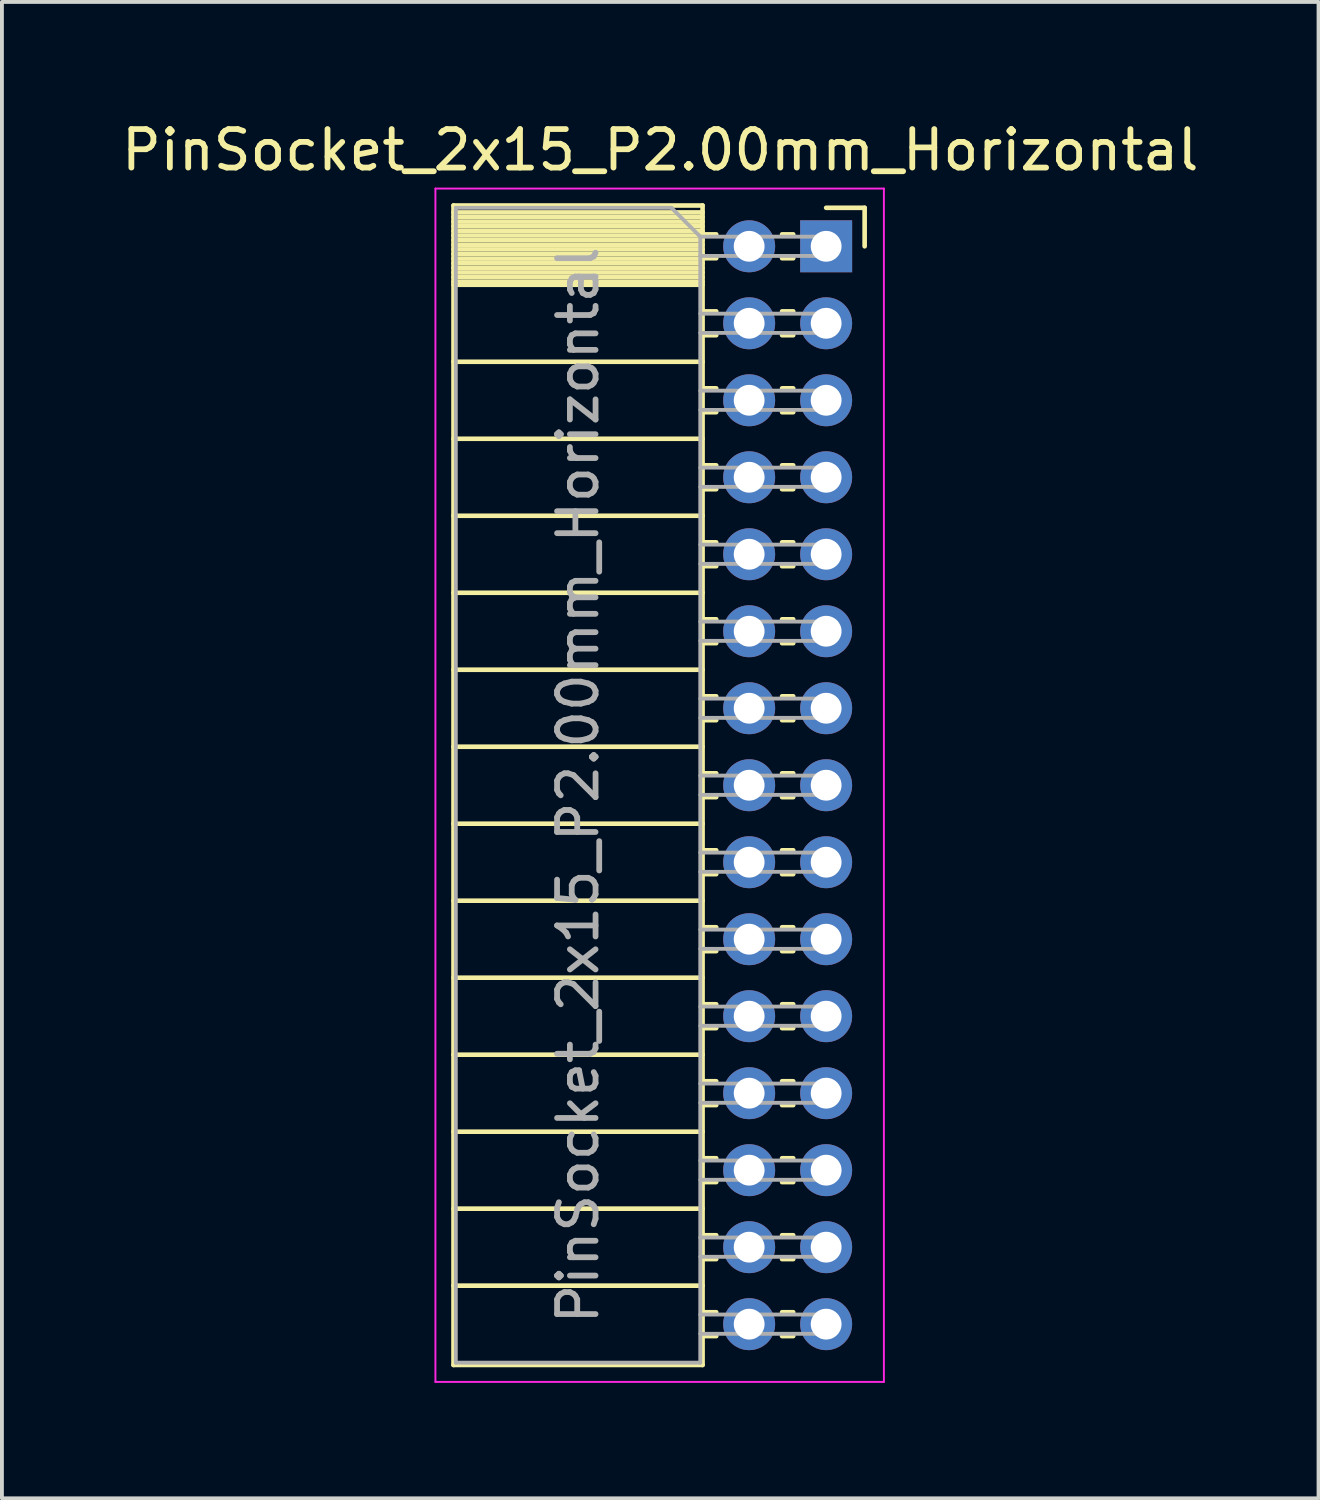
<source format=kicad_pcb>
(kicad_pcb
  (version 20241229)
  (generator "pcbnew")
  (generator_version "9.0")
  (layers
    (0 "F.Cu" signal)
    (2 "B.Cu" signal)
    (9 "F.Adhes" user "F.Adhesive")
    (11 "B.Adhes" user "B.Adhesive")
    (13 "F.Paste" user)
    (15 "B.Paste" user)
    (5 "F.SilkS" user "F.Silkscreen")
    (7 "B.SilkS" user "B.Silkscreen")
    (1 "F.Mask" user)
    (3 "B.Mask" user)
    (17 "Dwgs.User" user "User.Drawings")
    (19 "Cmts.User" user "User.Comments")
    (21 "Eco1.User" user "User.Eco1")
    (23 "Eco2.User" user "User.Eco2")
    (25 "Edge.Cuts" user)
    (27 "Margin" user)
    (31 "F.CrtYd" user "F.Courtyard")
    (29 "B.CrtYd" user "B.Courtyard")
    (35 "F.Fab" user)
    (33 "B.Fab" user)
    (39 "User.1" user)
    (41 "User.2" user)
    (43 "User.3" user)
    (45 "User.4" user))
  (footprint "PinSocket_2x15_P2.00mm_Horizontal"
    (layer "F.Cu")
    (at 18.411 3.348)
    (property "Reference" "PinSocket_2x15_P2.00mm_Horizontal" (at -4.31 -2.5 0) (layer "F.SilkS") (effects (font (size 1 1) (thickness 0.15))))
    (attr through_hole)
    (fp_line (start -9.68 -1.06) (end -3.21 -1.06) (stroke (width 0.12) (type solid)) (layer "F.SilkS"))
    (fp_line (start -9.68 -0.88) (end -3.21 -0.88) (stroke (width 0.12) (type solid)) (layer "F.SilkS"))
    (fp_line (start -9.68 -0.76) (end -3.21 -0.76) (stroke (width 0.12) (type solid)) (layer "F.SilkS"))
    (fp_line (start -9.68 -0.64) (end -3.21 -0.64) (stroke (width 0.12) (type solid)) (layer "F.SilkS"))
    (fp_line (start -9.68 -0.52) (end -3.21 -0.52) (stroke (width 0.12) (type solid)) (layer "F.SilkS"))
    (fp_line (start -9.68 -0.4) (end -3.21 -0.4) (stroke (width 0.12) (type solid)) (layer "F.SilkS"))
    (fp_line (start -9.68 -0.28) (end -3.21 -0.28) (stroke (width 0.12) (type solid)) (layer "F.SilkS"))
    (fp_line (start -9.68 -0.16) (end -3.21 -0.16) (stroke (width 0.12) (type solid)) (layer "F.SilkS"))
    (fp_line (start -9.68 -0.04) (end -3.21 -0.04) (stroke (width 0.12) (type solid)) (layer "F.SilkS"))
    (fp_line (start -9.68 0.08) (end -3.21 0.08) (stroke (width 0.12) (type solid)) (layer "F.SilkS"))
    (fp_line (start -9.68 0.2) (end -3.21 0.2) (stroke (width 0.12) (type solid)) (layer "F.SilkS"))
    (fp_line (start -9.68 0.32) (end -3.21 0.32) (stroke (width 0.12) (type solid)) (layer "F.SilkS"))
    (fp_line (start -9.68 0.44) (end -3.21 0.44) (stroke (width 0.12) (type solid)) (layer "F.SilkS"))
    (fp_line (start -9.68 0.56) (end -3.21 0.56) (stroke (width 0.12) (type solid)) (layer "F.SilkS"))
    (fp_line (start -9.68 0.68) (end -3.21 0.68) (stroke (width 0.12) (type solid)) (layer "F.SilkS"))
    (fp_line (start -9.68 0.8) (end -3.21 0.8) (stroke (width 0.12) (type solid)) (layer "F.SilkS"))
    (fp_line (start -9.68 0.92) (end -3.21 0.92) (stroke (width 0.12) (type solid)) (layer "F.SilkS"))
    (fp_line (start -9.68 1) (end -3.21 1) (stroke (width 0.12) (type solid)) (layer "F.SilkS"))
    (fp_line (start -9.68 3) (end -3.21 3) (stroke (width 0.12) (type solid)) (layer "F.SilkS"))
    (fp_line (start -9.68 5) (end -3.21 5) (stroke (width 0.12) (type solid)) (layer "F.SilkS"))
    (fp_line (start -9.68 7) (end -3.21 7) (stroke (width 0.12) (type solid)) (layer "F.SilkS"))
    (fp_line (start -9.68 9) (end -3.21 9) (stroke (width 0.12) (type solid)) (layer "F.SilkS"))
    (fp_line (start -9.68 11) (end -3.21 11) (stroke (width 0.12) (type solid)) (layer "F.SilkS"))
    (fp_line (start -9.68 13) (end -3.21 13) (stroke (width 0.12) (type solid)) (layer "F.SilkS"))
    (fp_line (start -9.68 15) (end -3.21 15) (stroke (width 0.12) (type solid)) (layer "F.SilkS"))
    (fp_line (start -9.68 17) (end -3.21 17) (stroke (width 0.12) (type solid)) (layer "F.SilkS"))
    (fp_line (start -9.68 19) (end -3.21 19) (stroke (width 0.12) (type solid)) (layer "F.SilkS"))
    (fp_line (start -9.68 21) (end -3.21 21) (stroke (width 0.12) (type solid)) (layer "F.SilkS"))
    (fp_line (start -9.68 23) (end -3.21 23) (stroke (width 0.12) (type solid)) (layer "F.SilkS"))
    (fp_line (start -9.68 25) (end -3.21 25) (stroke (width 0.12) (type solid)) (layer "F.SilkS"))
    (fp_line (start -9.68 27) (end -3.21 27) (stroke (width 0.12) (type solid)) (layer "F.SilkS"))
    (fp_line (start -9.68 29.06) (end -9.68 -1.06) (stroke (width 0.12) (type solid)) (layer "F.SilkS"))
    (fp_line (start -3.21 -1.06) (end -3.21 29.06) (stroke (width 0.12) (type solid)) (layer "F.SilkS"))
    (fp_line (start -3.21 -0.31) (end -2.855 -0.31) (stroke (width 0.12) (type solid)) (layer "F.SilkS"))
    (fp_line (start -3.21 1.69) (end -2.855 1.69) (stroke (width 0.12) (type solid)) (layer "F.SilkS"))
    (fp_line (start -3.21 3.69) (end -2.855 3.69) (stroke (width 0.12) (type solid)) (layer "F.SilkS"))
    (fp_line (start -3.21 5.69) (end -2.855 5.69) (stroke (width 0.12) (type solid)) (layer "F.SilkS"))
    (fp_line (start -3.21 7.69) (end -2.855 7.69) (stroke (width 0.12) (type solid)) (layer "F.SilkS"))
    (fp_line (start -3.21 9.69) (end -2.855 9.69) (stroke (width 0.12) (type solid)) (layer "F.SilkS"))
    (fp_line (start -3.21 11.69) (end -2.855 11.69) (stroke (width 0.12) (type solid)) (layer "F.SilkS"))
    (fp_line (start -3.21 13.69) (end -2.855 13.69) (stroke (width 0.12) (type solid)) (layer "F.SilkS"))
    (fp_line (start -3.21 15.69) (end -2.855 15.69) (stroke (width 0.12) (type solid)) (layer "F.SilkS"))
    (fp_line (start -3.21 17.69) (end -2.855 17.69) (stroke (width 0.12) (type solid)) (layer "F.SilkS"))
    (fp_line (start -3.21 19.69) (end -2.855 19.69) (stroke (width 0.12) (type solid)) (layer "F.SilkS"))
    (fp_line (start -3.21 21.69) (end -2.855 21.69) (stroke (width 0.12) (type solid)) (layer "F.SilkS"))
    (fp_line (start -3.21 23.69) (end -2.855 23.69) (stroke (width 0.12) (type solid)) (layer "F.SilkS"))
    (fp_line (start -3.21 25.69) (end -2.855 25.69) (stroke (width 0.12) (type solid)) (layer "F.SilkS"))
    (fp_line (start -3.21 27.69) (end -2.855 27.69) (stroke (width 0.12) (type solid)) (layer "F.SilkS"))
    (fp_line (start -3.21 29.06) (end -9.68 29.06) (stroke (width 0.12) (type solid)) (layer "F.SilkS"))
    (fp_line (start -2.855 0.31) (end -3.21 0.31) (stroke (width 0.12) (type solid)) (layer "F.SilkS"))
    (fp_line (start -2.855 2.31) (end -3.21 2.31) (stroke (width 0.12) (type solid)) (layer "F.SilkS"))
    (fp_line (start -2.855 4.31) (end -3.21 4.31) (stroke (width 0.12) (type solid)) (layer "F.SilkS"))
    (fp_line (start -2.855 6.31) (end -3.21 6.31) (stroke (width 0.12) (type solid)) (layer "F.SilkS"))
    (fp_line (start -2.855 8.31) (end -3.21 8.31) (stroke (width 0.12) (type solid)) (layer "F.SilkS"))
    (fp_line (start -2.855 10.31) (end -3.21 10.31) (stroke (width 0.12) (type solid)) (layer "F.SilkS"))
    (fp_line (start -2.855 12.31) (end -3.21 12.31) (stroke (width 0.12) (type solid)) (layer "F.SilkS"))
    (fp_line (start -2.855 14.31) (end -3.21 14.31) (stroke (width 0.12) (type solid)) (layer "F.SilkS"))
    (fp_line (start -2.855 16.31) (end -3.21 16.31) (stroke (width 0.12) (type solid)) (layer "F.SilkS"))
    (fp_line (start -2.855 18.31) (end -3.21 18.31) (stroke (width 0.12) (type solid)) (layer "F.SilkS"))
    (fp_line (start -2.855 20.31) (end -3.21 20.31) (stroke (width 0.12) (type solid)) (layer "F.SilkS"))
    (fp_line (start -2.855 22.31) (end -3.21 22.31) (stroke (width 0.12) (type solid)) (layer "F.SilkS"))
    (fp_line (start -2.855 24.31) (end -3.21 24.31) (stroke (width 0.12) (type solid)) (layer "F.SilkS"))
    (fp_line (start -2.855 26.31) (end -3.21 26.31) (stroke (width 0.12) (type solid)) (layer "F.SilkS"))
    (fp_line (start -2.855 28.31) (end -3.21 28.31) (stroke (width 0.12) (type solid)) (layer "F.SilkS"))
    (fp_line (start -1.145 0.31) (end -0.855 0.31) (stroke (width 0.12) (type solid)) (layer "F.SilkS"))
    (fp_line (start -1.145 2.31) (end -0.855 2.31) (stroke (width 0.12) (type solid)) (layer "F.SilkS"))
    (fp_line (start -1.145 4.31) (end -0.855 4.31) (stroke (width 0.12) (type solid)) (layer "F.SilkS"))
    (fp_line (start -1.145 6.31) (end -0.855 6.31) (stroke (width 0.12) (type solid)) (layer "F.SilkS"))
    (fp_line (start -1.145 8.31) (end -0.855 8.31) (stroke (width 0.12) (type solid)) (layer "F.SilkS"))
    (fp_line (start -1.145 10.31) (end -0.855 10.31) (stroke (width 0.12) (type solid)) (layer "F.SilkS"))
    (fp_line (start -1.145 12.31) (end -0.855 12.31) (stroke (width 0.12) (type solid)) (layer "F.SilkS"))
    (fp_line (start -1.145 14.31) (end -0.855 14.31) (stroke (width 0.12) (type solid)) (layer "F.SilkS"))
    (fp_line (start -1.145 16.31) (end -0.855 16.31) (stroke (width 0.12) (type solid)) (layer "F.SilkS"))
    (fp_line (start -1.145 18.31) (end -0.855 18.31) (stroke (width 0.12) (type solid)) (layer "F.SilkS"))
    (fp_line (start -1.145 20.31) (end -0.855 20.31) (stroke (width 0.12) (type solid)) (layer "F.SilkS"))
    (fp_line (start -1.145 22.31) (end -0.855 22.31) (stroke (width 0.12) (type solid)) (layer "F.SilkS"))
    (fp_line (start -1.145 24.31) (end -0.855 24.31) (stroke (width 0.12) (type solid)) (layer "F.SilkS"))
    (fp_line (start -1.145 26.31) (end -0.855 26.31) (stroke (width 0.12) (type solid)) (layer "F.SilkS"))
    (fp_line (start -1.145 28.31) (end -0.855 28.31) (stroke (width 0.12) (type solid)) (layer "F.SilkS"))
    (fp_line (start -0.855 -0.31) (end -1.145 -0.31) (stroke (width 0.12) (type solid)) (layer "F.SilkS"))
    (fp_line (start -0.855 1.69) (end -1.145 1.69) (stroke (width 0.12) (type solid)) (layer "F.SilkS"))
    (fp_line (start -0.855 3.69) (end -1.145 3.69) (stroke (width 0.12) (type solid)) (layer "F.SilkS"))
    (fp_line (start -0.855 5.69) (end -1.145 5.69) (stroke (width 0.12) (type solid)) (layer "F.SilkS"))
    (fp_line (start -0.855 7.69) (end -1.145 7.69) (stroke (width 0.12) (type solid)) (layer "F.SilkS"))
    (fp_line (start -0.855 9.69) (end -1.145 9.69) (stroke (width 0.12) (type solid)) (layer "F.SilkS"))
    (fp_line (start -0.855 11.69) (end -1.145 11.69) (stroke (width 0.12) (type solid)) (layer "F.SilkS"))
    (fp_line (start -0.855 13.69) (end -1.145 13.69) (stroke (width 0.12) (type solid)) (layer "F.SilkS"))
    (fp_line (start -0.855 15.69) (end -1.145 15.69) (stroke (width 0.12) (type solid)) (layer "F.SilkS"))
    (fp_line (start -0.855 17.69) (end -1.145 17.69) (stroke (width 0.12) (type solid)) (layer "F.SilkS"))
    (fp_line (start -0.855 19.69) (end -1.145 19.69) (stroke (width 0.12) (type solid)) (layer "F.SilkS"))
    (fp_line (start -0.855 21.69) (end -1.145 21.69) (stroke (width 0.12) (type solid)) (layer "F.SilkS"))
    (fp_line (start -0.855 23.69) (end -1.145 23.69) (stroke (width 0.12) (type solid)) (layer "F.SilkS"))
    (fp_line (start -0.855 25.69) (end -1.145 25.69) (stroke (width 0.12) (type solid)) (layer "F.SilkS"))
    (fp_line (start -0.855 27.69) (end -1.145 27.69) (stroke (width 0.12) (type solid)) (layer "F.SilkS"))
    (fp_line (start 0 -1) (end 1 -1) (stroke (width 0.12) (type solid)) (layer "F.SilkS"))
    (fp_line (start 1 -1) (end 1 0) (stroke (width 0.12) (type solid)) (layer "F.SilkS"))
    (fp_line (start -10.15 -1.5) (end -10.15 29.5) (stroke (width 0.05) (type solid)) (layer "F.CrtYd"))
    (fp_line (start -10.15 29.5) (end 1.5 29.5) (stroke (width 0.05) (type solid)) (layer "F.CrtYd"))
    (fp_line (start 1.5 -1.5) (end -10.15 -1.5) (stroke (width 0.05) (type solid)) (layer "F.CrtYd"))
    (fp_line (start 1.5 29.5) (end 1.5 -1.5) (stroke (width 0.05) (type solid)) (layer "F.CrtYd"))
    (fp_line (start -9.62 -1) (end -4.02 -1) (stroke (width 0.1) (type solid)) (layer "F.Fab"))
    (fp_line (start -9.62 29) (end -9.62 -1) (stroke (width 0.1) (type solid)) (layer "F.Fab"))
    (fp_line (start -4.02 -1) (end -3.27 -0.25) (stroke (width 0.1) (type solid)) (layer "F.Fab"))
    (fp_line (start -3.27 -0.25) (end -3.27 29) (stroke (width 0.1) (type solid)) (layer "F.Fab"))
    (fp_line (start -3.27 0.25) (end 0 0.25) (stroke (width 0.1) (type solid)) (layer "F.Fab"))
    (fp_line (start -3.27 2.25) (end 0 2.25) (stroke (width 0.1) (type solid)) (layer "F.Fab"))
    (fp_line (start -3.27 4.25) (end 0 4.25) (stroke (width 0.1) (type solid)) (layer "F.Fab"))
    (fp_line (start -3.27 6.25) (end 0 6.25) (stroke (width 0.1) (type solid)) (layer "F.Fab"))
    (fp_line (start -3.27 8.25) (end 0 8.25) (stroke (width 0.1) (type solid)) (layer "F.Fab"))
    (fp_line (start -3.27 10.25) (end 0 10.25) (stroke (width 0.1) (type solid)) (layer "F.Fab"))
    (fp_line (start -3.27 12.25) (end 0 12.25) (stroke (width 0.1) (type solid)) (layer "F.Fab"))
    (fp_line (start -3.27 14.25) (end 0 14.25) (stroke (width 0.1) (type solid)) (layer "F.Fab"))
    (fp_line (start -3.27 16.25) (end 0 16.25) (stroke (width 0.1) (type solid)) (layer "F.Fab"))
    (fp_line (start -3.27 18.25) (end 0 18.25) (stroke (width 0.1) (type solid)) (layer "F.Fab"))
    (fp_line (start -3.27 20.25) (end 0 20.25) (stroke (width 0.1) (type solid)) (layer "F.Fab"))
    (fp_line (start -3.27 22.25) (end 0 22.25) (stroke (width 0.1) (type solid)) (layer "F.Fab"))
    (fp_line (start -3.27 24.25) (end 0 24.25) (stroke (width 0.1) (type solid)) (layer "F.Fab"))
    (fp_line (start -3.27 26.25) (end 0 26.25) (stroke (width 0.1) (type solid)) (layer "F.Fab"))
    (fp_line (start -3.27 28.25) (end 0 28.25) (stroke (width 0.1) (type solid)) (layer "F.Fab"))
    (fp_line (start -3.27 29) (end -9.62 29) (stroke (width 0.1) (type solid)) (layer "F.Fab"))
    (fp_line (start 0 -0.25) (end -3.27 -0.25) (stroke (width 0.1) (type solid)) (layer "F.Fab"))
    (fp_line (start 0 0.25) (end 0 -0.25) (stroke (width 0.1) (type solid)) (layer "F.Fab"))
    (fp_line (start 0 1.75) (end -3.27 1.75) (stroke (width 0.1) (type solid)) (layer "F.Fab"))
    (fp_line (start 0 2.25) (end 0 1.75) (stroke (width 0.1) (type solid)) (layer "F.Fab"))
    (fp_line (start 0 3.75) (end -3.27 3.75) (stroke (width 0.1) (type solid)) (layer "F.Fab"))
    (fp_line (start 0 4.25) (end 0 3.75) (stroke (width 0.1) (type solid)) (layer "F.Fab"))
    (fp_line (start 0 5.75) (end -3.27 5.75) (stroke (width 0.1) (type solid)) (layer "F.Fab"))
    (fp_line (start 0 6.25) (end 0 5.75) (stroke (width 0.1) (type solid)) (layer "F.Fab"))
    (fp_line (start 0 7.75) (end -3.27 7.75) (stroke (width 0.1) (type solid)) (layer "F.Fab"))
    (fp_line (start 0 8.25) (end 0 7.75) (stroke (width 0.1) (type solid)) (layer "F.Fab"))
    (fp_line (start 0 9.75) (end -3.27 9.75) (stroke (width 0.1) (type solid)) (layer "F.Fab"))
    (fp_line (start 0 10.25) (end 0 9.75) (stroke (width 0.1) (type solid)) (layer "F.Fab"))
    (fp_line (start 0 11.75) (end -3.27 11.75) (stroke (width 0.1) (type solid)) (layer "F.Fab"))
    (fp_line (start 0 12.25) (end 0 11.75) (stroke (width 0.1) (type solid)) (layer "F.Fab"))
    (fp_line (start 0 13.75) (end -3.27 13.75) (stroke (width 0.1) (type solid)) (layer "F.Fab"))
    (fp_line (start 0 14.25) (end 0 13.75) (stroke (width 0.1) (type solid)) (layer "F.Fab"))
    (fp_line (start 0 15.75) (end -3.27 15.75) (stroke (width 0.1) (type solid)) (layer "F.Fab"))
    (fp_line (start 0 16.25) (end 0 15.75) (stroke (width 0.1) (type solid)) (layer "F.Fab"))
    (fp_line (start 0 17.75) (end -3.27 17.75) (stroke (width 0.1) (type solid)) (layer "F.Fab"))
    (fp_line (start 0 18.25) (end 0 17.75) (stroke (width 0.1) (type solid)) (layer "F.Fab"))
    (fp_line (start 0 19.75) (end -3.27 19.75) (stroke (width 0.1) (type solid)) (layer "F.Fab"))
    (fp_line (start 0 20.25) (end 0 19.75) (stroke (width 0.1) (type solid)) (layer "F.Fab"))
    (fp_line (start 0 21.75) (end -3.27 21.75) (stroke (width 0.1) (type solid)) (layer "F.Fab"))
    (fp_line (start 0 22.25) (end 0 21.75) (stroke (width 0.1) (type solid)) (layer "F.Fab"))
    (fp_line (start 0 23.75) (end -3.27 23.75) (stroke (width 0.1) (type solid)) (layer "F.Fab"))
    (fp_line (start 0 24.25) (end 0 23.75) (stroke (width 0.1) (type solid)) (layer "F.Fab"))
    (fp_line (start 0 25.75) (end -3.27 25.75) (stroke (width 0.1) (type solid)) (layer "F.Fab"))
    (fp_line (start 0 26.25) (end 0 25.75) (stroke (width 0.1) (type solid)) (layer "F.Fab"))
    (fp_line (start 0 27.75) (end -3.27 27.75) (stroke (width 0.1) (type solid)) (layer "F.Fab"))
    (fp_line (start 0 28.25) (end 0 27.75) (stroke (width 0.1) (type solid)) (layer "F.Fab"))
    (fp_text user "${REFERENCE}" (at -6.445 14 90) (layer "F.Fab") (effects (font (size 1 1) (thickness 0.15))))
    (pad "1" thru_hole rect (at 0 0) (size 1.35 1.35) (drill 0.8) (layers "*.Cu" "*.Mask"))
    (pad "2" thru_hole oval (at -2 0) (size 1.35 1.35) (drill 0.8) (layers "*.Cu" "*.Mask"))
    (pad "3" thru_hole oval (at 0 2) (size 1.35 1.35) (drill 0.8) (layers "*.Cu" "*.Mask"))
    (pad "4" thru_hole oval (at -2 2) (size 1.35 1.35) (drill 0.8) (layers "*.Cu" "*.Mask"))
    (pad "5" thru_hole oval (at 0 4) (size 1.35 1.35) (drill 0.8) (layers "*.Cu" "*.Mask"))
    (pad "6" thru_hole oval (at -2 4) (size 1.35 1.35) (drill 0.8) (layers "*.Cu" "*.Mask"))
    (pad "7" thru_hole oval (at 0 6) (size 1.35 1.35) (drill 0.8) (layers "*.Cu" "*.Mask"))
    (pad "8" thru_hole oval (at -2 6) (size 1.35 1.35) (drill 0.8) (layers "*.Cu" "*.Mask"))
    (pad "9" thru_hole oval (at 0 8) (size 1.35 1.35) (drill 0.8) (layers "*.Cu" "*.Mask"))
    (pad "10" thru_hole oval (at -2 8) (size 1.35 1.35) (drill 0.8) (layers "*.Cu" "*.Mask"))
    (pad "11" thru_hole oval (at 0 10) (size 1.35 1.35) (drill 0.8) (layers "*.Cu" "*.Mask"))
    (pad "12" thru_hole oval (at -2 10) (size 1.35 1.35) (drill 0.8) (layers "*.Cu" "*.Mask"))
    (pad "13" thru_hole oval (at 0 12) (size 1.35 1.35) (drill 0.8) (layers "*.Cu" "*.Mask"))
    (pad "14" thru_hole oval (at -2 12) (size 1.35 1.35) (drill 0.8) (layers "*.Cu" "*.Mask"))
    (pad "15" thru_hole oval (at 0 14) (size 1.35 1.35) (drill 0.8) (layers "*.Cu" "*.Mask"))
    (pad "16" thru_hole oval (at -2 14) (size 1.35 1.35) (drill 0.8) (layers "*.Cu" "*.Mask"))
    (pad "17" thru_hole oval (at 0 16) (size 1.35 1.35) (drill 0.8) (layers "*.Cu" "*.Mask"))
    (pad "18" thru_hole oval (at -2 16) (size 1.35 1.35) (drill 0.8) (layers "*.Cu" "*.Mask"))
    (pad "19" thru_hole oval (at 0 18) (size 1.35 1.35) (drill 0.8) (layers "*.Cu" "*.Mask"))
    (pad "20" thru_hole oval (at -2 18) (size 1.35 1.35) (drill 0.8) (layers "*.Cu" "*.Mask"))
    (pad "21" thru_hole oval (at 0 20) (size 1.35 1.35) (drill 0.8) (layers "*.Cu" "*.Mask"))
    (pad "22" thru_hole oval (at -2 20) (size 1.35 1.35) (drill 0.8) (layers "*.Cu" "*.Mask"))
    (pad "23" thru_hole oval (at 0 22) (size 1.35 1.35) (drill 0.8) (layers "*.Cu" "*.Mask"))
    (pad "24" thru_hole oval (at -2 22) (size 1.35 1.35) (drill 0.8) (layers "*.Cu" "*.Mask"))
    (pad "25" thru_hole oval (at 0 24) (size 1.35 1.35) (drill 0.8) (layers "*.Cu" "*.Mask"))
    (pad "26" thru_hole oval (at -2 24) (size 1.35 1.35) (drill 0.8) (layers "*.Cu" "*.Mask"))
    (pad "27" thru_hole oval (at 0 26) (size 1.35 1.35) (drill 0.8) (layers "*.Cu" "*.Mask"))
    (pad "28" thru_hole oval (at -2 26) (size 1.35 1.35) (drill 0.8) (layers "*.Cu" "*.Mask"))
    (pad "29" thru_hole oval (at 0 28) (size 1.35 1.35) (drill 0.8) (layers "*.Cu" "*.Mask"))
    (pad "30" thru_hole oval (at -2 28) (size 1.35 1.35) (drill 0.8) (layers "*.Cu" "*.Mask")))
  (gr_rect
    (start -3 -3)
    (end 31.202 35.873)
    (stroke (width 0.1) (type default))
    (fill no)
    (layer "Edge.Cuts")))
</source>
